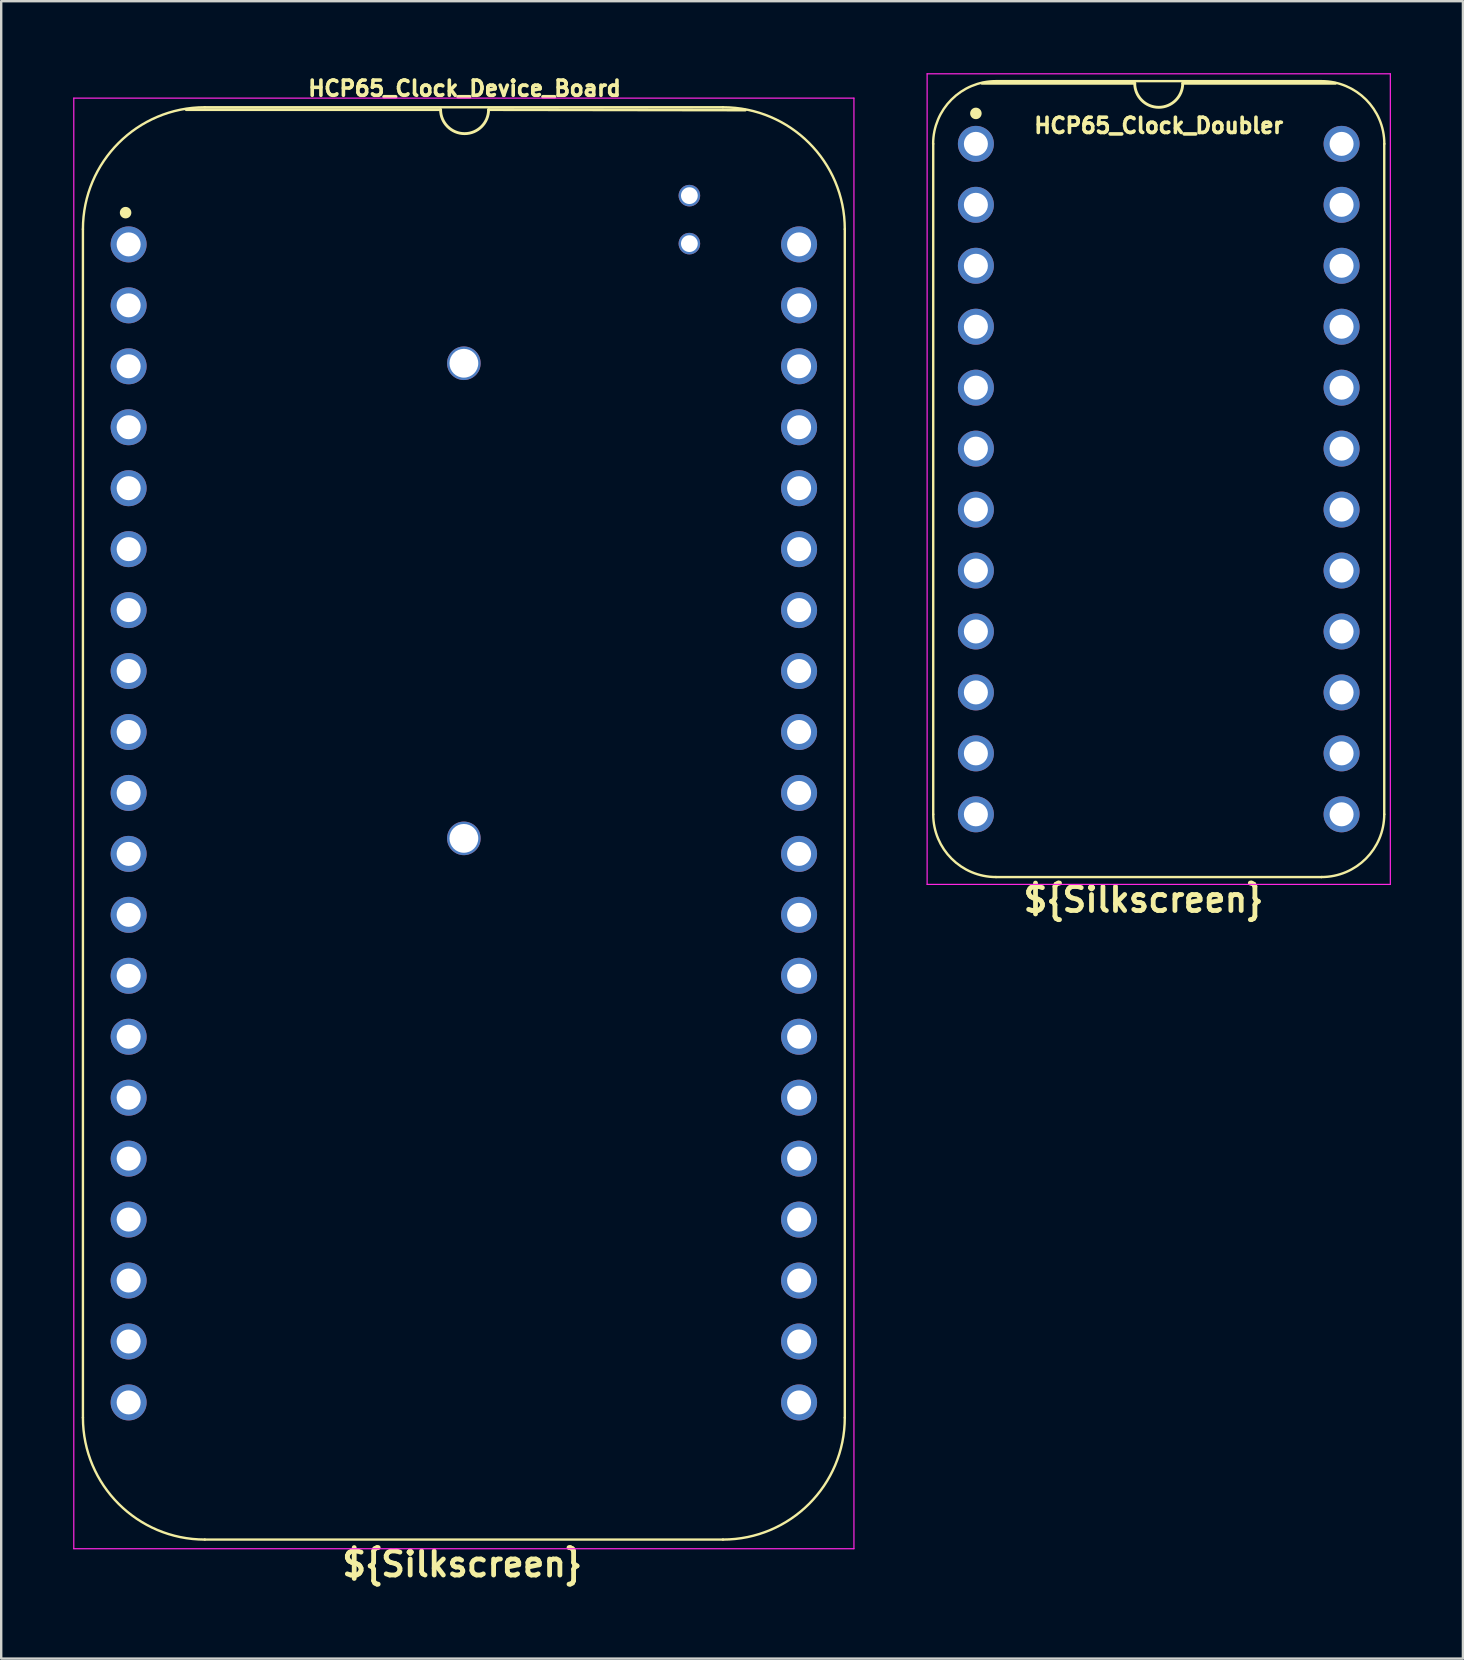
<source format=kicad_pcb>
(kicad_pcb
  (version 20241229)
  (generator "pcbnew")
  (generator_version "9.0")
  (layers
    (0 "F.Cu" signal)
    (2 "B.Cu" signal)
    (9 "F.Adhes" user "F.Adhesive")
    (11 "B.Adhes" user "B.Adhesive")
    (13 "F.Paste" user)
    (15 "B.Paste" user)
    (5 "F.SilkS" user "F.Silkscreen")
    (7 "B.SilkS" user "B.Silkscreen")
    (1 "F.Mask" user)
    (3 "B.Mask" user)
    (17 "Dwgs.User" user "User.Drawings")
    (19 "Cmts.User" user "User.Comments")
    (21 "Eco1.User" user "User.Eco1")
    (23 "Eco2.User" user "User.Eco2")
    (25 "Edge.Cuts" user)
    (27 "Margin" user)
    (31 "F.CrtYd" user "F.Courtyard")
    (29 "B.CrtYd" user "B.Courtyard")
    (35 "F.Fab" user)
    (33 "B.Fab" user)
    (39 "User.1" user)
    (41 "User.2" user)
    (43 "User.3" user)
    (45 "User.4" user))
  (footprint "HCP65_Clock_Doubler"
    (layer "F.Cu")
    (at 37.619 2.946)
    (property "Reference" "HCP65_Clock_Doubler" (at 7.62 -0.762 0) (layer "F.SilkS") (effects (font (size 0.635 0.635) (thickness 0.15))))
    (property "Silkscreen" "${Silkscreen}" (at 6.985 31.496 0) (layer "F.SilkS") (effects (font (size 1 1) (thickness 0.2))))
    (attr through_hole)
    (fp_line (start -1.778 27.94) (end -1.778 0) (stroke (width 0.1) (type solid)) (layer "F.SilkS"))
    (fp_line (start 0.832 -2.614) (end 14.408 -2.614) (stroke (width 0.1) (type solid)) (layer "F.SilkS"))
    (fp_line (start 6.62 -2.524) (end 0.254 -2.524) (stroke (width 0.12) (type solid)) (layer "F.SilkS"))
    (fp_line (start 14.404 30.554) (end 0.836 30.554) (stroke (width 0.1) (type solid)) (layer "F.SilkS"))
    (fp_line (start 14.986 -2.524) (end 8.62 -2.524) (stroke (width 0.12) (type solid)) (layer "F.SilkS"))
    (fp_line (start 17.018 27.94) (end 17.018 0) (stroke (width 0.1) (type solid)) (layer "F.SilkS"))
    (fp_arc (start -1.781544 0) (mid -1.016 -1.848188) (end 0.832188 -2.613732) (stroke (width 0.1) (type solid)) (layer "F.SilkS"))
    (fp_arc (start 0.835733 30.553733) (mid -1.012456 29.788189) (end -1.778 27.94) (stroke (width 0.1) (type solid)) (layer "F.SilkS"))
    (fp_arc (start 8.62 -2.524) (mid 7.62 -1.524) (end 6.62 -2.524) (stroke (width 0.12) (type solid)) (layer "F.SilkS"))
    (fp_arc (start 14.407812 -2.613732) (mid 16.256 -1.848188) (end 17.021544 0) (stroke (width 0.1) (type solid)) (layer "F.SilkS"))
    (fp_arc (start 17.018001 27.940001) (mid 16.252456 29.788188) (end 14.404269 30.553733) (stroke (width 0.1) (type solid)) (layer "F.SilkS"))
    (fp_circle (center 0 -1.27) (end 0.18 -1.27) (stroke (width 0.12) (type solid)) (fill yes) (layer "F.SilkS"))
    (fp_line (start -2.032 -2.921) (end -2.032 30.861) (stroke (width 0.05) (type solid)) (layer "F.CrtYd"))
    (fp_line (start -2.032 -2.921) (end 17.272 -2.921) (stroke (width 0.05) (type solid)) (layer "F.CrtYd"))
    (fp_line (start -2.032 30.861) (end 17.272 30.861) (stroke (width 0.05) (type solid)) (layer "F.CrtYd"))
    (fp_line (start 17.272 -2.921) (end 17.272 30.861) (stroke (width 0.05) (type solid)) (layer "F.CrtYd"))
    (pad "1" thru_hole circle (at 0 0) (size 1.5 1.5) (drill 1) (layers "*.Cu" "*.Mask"))
    (pad "2" thru_hole circle (at 0 2.54) (size 1.5 1.5) (drill 1) (layers "*.Cu" "*.Mask"))
    (pad "3" thru_hole circle (at 0 5.08) (size 1.5 1.5) (drill 1) (layers "*.Cu" "*.Mask"))
    (pad "4" thru_hole circle (at 0 7.62) (size 1.5 1.5) (drill 1) (layers "*.Cu" "*.Mask"))
    (pad "5" thru_hole circle (at 0 10.16) (size 1.5 1.5) (drill 1) (layers "*.Cu" "*.Mask"))
    (pad "6" thru_hole circle (at 0 12.7) (size 1.5 1.5) (drill 1) (layers "*.Cu" "*.Mask"))
    (pad "7" thru_hole circle (at 0 15.24) (size 1.5 1.5) (drill 1) (layers "*.Cu" "*.Mask"))
    (pad "8" thru_hole circle (at 0 17.78) (size 1.5 1.5) (drill 1) (layers "*.Cu" "*.Mask"))
    (pad "9" thru_hole circle (at 0 20.32) (size 1.5 1.5) (drill 1) (layers "*.Cu" "*.Mask"))
    (pad "10" thru_hole circle (at 0 22.86) (size 1.5 1.5) (drill 1) (layers "*.Cu" "*.Mask"))
    (pad "11" thru_hole circle (at 0 25.4) (size 1.5 1.5) (drill 1) (layers "*.Cu" "*.Mask"))
    (pad "12" thru_hole circle (at 0 27.94) (size 1.5 1.5) (drill 1) (layers "*.Cu" "*.Mask"))
    (pad "13" thru_hole circle (at 15.24 27.94) (size 1.5 1.5) (drill 1) (layers "*.Cu" "*.Mask"))
    (pad "14" thru_hole circle (at 15.24 25.4) (size 1.5 1.5) (drill 1) (layers "*.Cu" "*.Mask"))
    (pad "15" thru_hole circle (at 15.24 22.86) (size 1.5 1.5) (drill 1) (layers "*.Cu" "*.Mask"))
    (pad "16" thru_hole circle (at 15.24 20.32) (size 1.5 1.5) (drill 1) (layers "*.Cu" "*.Mask"))
    (pad "17" thru_hole circle (at 15.24 17.78) (size 1.5 1.5) (drill 1) (layers "*.Cu" "*.Mask"))
    (pad "18" thru_hole circle (at 15.24 15.24) (size 1.5 1.5) (drill 1) (layers "*.Cu" "*.Mask"))
    (pad "19" thru_hole circle (at 15.24 12.7) (size 1.5 1.5) (drill 1) (layers "*.Cu" "*.Mask"))
    (pad "20" thru_hole circle (at 15.24 10.16) (size 1.5 1.5) (drill 1) (layers "*.Cu" "*.Mask"))
    (pad "21" thru_hole circle (at 15.24 7.62) (size 1.5 1.5) (drill 1) (layers "*.Cu" "*.Mask"))
    (pad "22" thru_hole circle (at 15.24 5.08) (size 1.5 1.5) (drill 1) (layers "*.Cu" "*.Mask"))
    (pad "23" thru_hole circle (at 15.24 2.54) (size 1.5 1.5) (drill 1) (layers "*.Cu" "*.Mask"))
    (pad "24" thru_hole circle (at 15.24 0) (size 1.5 1.5) (drill 1) (layers "*.Cu" "*.Mask")))
  (footprint "HCP65_Clock_Device_Board"
    (layer "F.Cu")
    (at 2.311 7.135)
    (property "Reference" "HCP65_Clock_Device_Board" (at 14 -6.5 0) (layer "F.SilkS") (effects (font (size 0.635 0.635) (thickness 0.15))))
    (property "Silkscreen" "${Silkscreen}" (at 13.9 55 0) (layer "F.SilkS") (effects (font (size 1 1) (thickness 0.2))))
    (attr through_hole)
    (fp_line (start -1.905 -0.635) (end -1.905 48.895) (stroke (width 0.1) (type solid)) (layer "F.SilkS"))
    (fp_line (start 13 -5.616) (end 2.4 -5.616) (stroke (width 0.12) (type solid)) (layer "F.SilkS"))
    (fp_line (start 24.765 -5.715) (end 3.175 -5.715) (stroke (width 0.1) (type solid)) (layer "F.SilkS"))
    (fp_line (start 24.765 53.975) (end 3.175 53.975) (stroke (width 0.1) (type solid)) (layer "F.SilkS"))
    (fp_line (start 25.7 -5.6) (end 15 -5.616) (stroke (width 0.12) (type solid)) (layer "F.SilkS"))
    (fp_line (start 29.845 48.895) (end 29.845 -0.635) (stroke (width 0.1) (type solid)) (layer "F.SilkS"))
    (fp_arc (start -1.905 -0.635) (mid -0.417102 -4.227102) (end 3.175 -5.715) (stroke (width 0.1) (type solid)) (layer "F.SilkS"))
    (fp_arc (start 3.175 53.975) (mid -0.417102 52.487102) (end -1.905 48.895) (stroke (width 0.1) (type solid)) (layer "F.SilkS"))
    (fp_arc (start 15 -5.616) (mid 14 -4.616) (end 13 -5.616) (stroke (width 0.12) (type solid)) (layer "F.SilkS"))
    (fp_arc (start 24.765 -5.715) (mid 28.357102 -4.227102) (end 29.845 -0.635) (stroke (width 0.1) (type solid)) (layer "F.SilkS"))
    (fp_arc (start 29.845 48.895) (mid 28.357102 52.487102) (end 24.765 53.975) (stroke (width 0.1) (type solid)) (layer "F.SilkS"))
    (fp_circle (center -0.127 -1.323) (end 0.053 -1.323) (stroke (width 0.12) (type solid)) (fill yes) (layer "F.SilkS"))
    (fp_line (start -2.286 -6.096) (end -2.286 54.356) (stroke (width 0.05) (type solid)) (layer "F.CrtYd"))
    (fp_line (start -2.286 -6.096) (end 30.226 -6.096) (stroke (width 0.05) (type solid)) (layer "F.CrtYd"))
    (fp_line (start -2.286 54.356) (end 30.226 54.356) (stroke (width 0.05) (type solid)) (layer "F.CrtYd"))
    (fp_line (start 30.226 54.356) (end 30.226 -6.096) (stroke (width 0.05) (type solid)) (layer "F.CrtYd"))
    (pad "" np_thru_hole circle (at 13.97 4.953 90) (size 1.4 1.4) (drill 1.2) (layers "*.Cu" "*.Mask"))
    (pad "" np_thru_hole circle (at 13.97 24.753 90) (size 1.4 1.4) (drill 1.2) (layers "*.Cu" "*.Mask"))
    (pad "" np_thru_hole circle (at 23.368 -2.032 90) (size 0.9 0.9) (drill 0.7) (layers "*.Cu" "*.Mask"))
    (pad "" np_thru_hole circle (at 23.368 -0.032 90) (size 0.9 0.9) (drill 0.7) (layers "*.Cu" "*.Mask"))
    (pad "1" thru_hole circle (at 0 0) (size 1.5 1.5) (drill 1) (layers "*.Cu" "*.Mask"))
    (pad "2" thru_hole circle (at 0 2.54) (size 1.5 1.5) (drill 1) (layers "*.Cu" "*.Mask"))
    (pad "3" thru_hole circle (at 0 5.08) (size 1.5 1.5) (drill 1) (layers "*.Cu" "*.Mask"))
    (pad "4" thru_hole circle (at 0 7.62) (size 1.5 1.5) (drill 1) (layers "*.Cu" "*.Mask"))
    (pad "5" thru_hole circle (at 0 10.16) (size 1.5 1.5) (drill 1) (layers "*.Cu" "*.Mask"))
    (pad "6" thru_hole circle (at 0 12.7) (size 1.5 1.5) (drill 1) (layers "*.Cu" "*.Mask"))
    (pad "7" thru_hole circle (at 0 15.24) (size 1.5 1.5) (drill 1) (layers "*.Cu" "*.Mask"))
    (pad "8" thru_hole circle (at 0 17.78) (size 1.5 1.5) (drill 1) (layers "*.Cu" "*.Mask"))
    (pad "9" thru_hole circle (at 0 20.32) (size 1.5 1.5) (drill 1) (layers "*.Cu" "*.Mask"))
    (pad "10" thru_hole circle (at 0 22.86) (size 1.5 1.5) (drill 1) (layers "*.Cu" "*.Mask"))
    (pad "11" thru_hole circle (at 0 25.4) (size 1.5 1.5) (drill 1) (layers "*.Cu" "*.Mask"))
    (pad "12" thru_hole circle (at 0 27.94) (size 1.5 1.5) (drill 1) (layers "*.Cu" "*.Mask"))
    (pad "13" thru_hole circle (at 0 30.48) (size 1.5 1.5) (drill 1) (layers "*.Cu" "*.Mask"))
    (pad "14" thru_hole circle (at 0 33.02) (size 1.5 1.5) (drill 1) (layers "*.Cu" "*.Mask"))
    (pad "15" thru_hole circle (at 0 35.56) (size 1.5 1.5) (drill 1) (layers "*.Cu" "*.Mask"))
    (pad "16" thru_hole circle (at 0 38.1) (size 1.5 1.5) (drill 1) (layers "*.Cu" "*.Mask"))
    (pad "17" thru_hole circle (at 0 40.64) (size 1.5 1.5) (drill 1) (layers "*.Cu" "*.Mask"))
    (pad "18" thru_hole circle (at 0 43.18) (size 1.5 1.5) (drill 1) (layers "*.Cu" "*.Mask"))
    (pad "19" thru_hole circle (at 0 45.72) (size 1.5 1.5) (drill 1) (layers "*.Cu" "*.Mask"))
    (pad "20" thru_hole circle (at 0 48.26) (size 1.5 1.5) (drill 1) (layers "*.Cu" "*.Mask"))
    (pad "21" thru_hole circle (at 27.94 48.26) (size 1.5 1.5) (drill 1) (layers "*.Cu" "*.Mask"))
    (pad "22" thru_hole circle (at 27.94 45.72) (size 1.5 1.5) (drill 1) (layers "*.Cu" "*.Mask"))
    (pad "23" thru_hole circle (at 27.94 43.18) (size 1.5 1.5) (drill 1) (layers "*.Cu" "*.Mask"))
    (pad "24" thru_hole circle (at 27.94 40.64) (size 1.5 1.5) (drill 1) (layers "*.Cu" "*.Mask"))
    (pad "25" thru_hole circle (at 27.94 38.1) (size 1.5 1.5) (drill 1) (layers "*.Cu" "*.Mask"))
    (pad "26" thru_hole circle (at 27.94 35.56) (size 1.5 1.5) (drill 1) (layers "*.Cu" "*.Mask"))
    (pad "27" thru_hole circle (at 27.94 33.02) (size 1.5 1.5) (drill 1) (layers "*.Cu" "*.Mask"))
    (pad "28" thru_hole circle (at 27.94 30.48) (size 1.5 1.5) (drill 1) (layers "*.Cu" "*.Mask"))
    (pad "29" thru_hole circle (at 27.94 27.94) (size 1.5 1.5) (drill 1) (layers "*.Cu" "*.Mask"))
    (pad "30" thru_hole circle (at 27.94 25.4) (size 1.5 1.5) (drill 1) (layers "*.Cu" "*.Mask"))
    (pad "31" thru_hole circle (at 27.94 22.86) (size 1.5 1.5) (drill 1) (layers "*.Cu" "*.Mask"))
    (pad "32" thru_hole circle (at 27.94 20.32) (size 1.5 1.5) (drill 1) (layers "*.Cu" "*.Mask"))
    (pad "33" thru_hole circle (at 27.94 17.78) (size 1.5 1.5) (drill 1) (layers "*.Cu" "*.Mask"))
    (pad "34" thru_hole circle (at 27.94 15.24) (size 1.5 1.5) (drill 1) (layers "*.Cu" "*.Mask"))
    (pad "35" thru_hole circle (at 27.94 12.7) (size 1.5 1.5) (drill 1) (layers "*.Cu" "*.Mask"))
    (pad "36" thru_hole circle (at 27.94 10.16) (size 1.5 1.5) (drill 1) (layers "*.Cu" "*.Mask"))
    (pad "37" thru_hole circle (at 27.94 7.62) (size 1.5 1.5) (drill 1) (layers "*.Cu" "*.Mask"))
    (pad "38" thru_hole circle (at 27.94 5.08) (size 1.5 1.5) (drill 1) (layers "*.Cu" "*.Mask"))
    (pad "39" thru_hole circle (at 27.94 2.54) (size 1.5 1.5) (drill 1) (layers "*.Cu" "*.Mask"))
    (pad "40" thru_hole circle (at 27.94 0) (size 1.5 1.5) (drill 1) (layers "*.Cu" "*.Mask")))
  (gr_rect
    (start -3 -3)
    (end 57.916 66.071)
    (stroke (width 0.1) (type default))
    (fill no)
    (layer "Edge.Cuts")))
</source>
